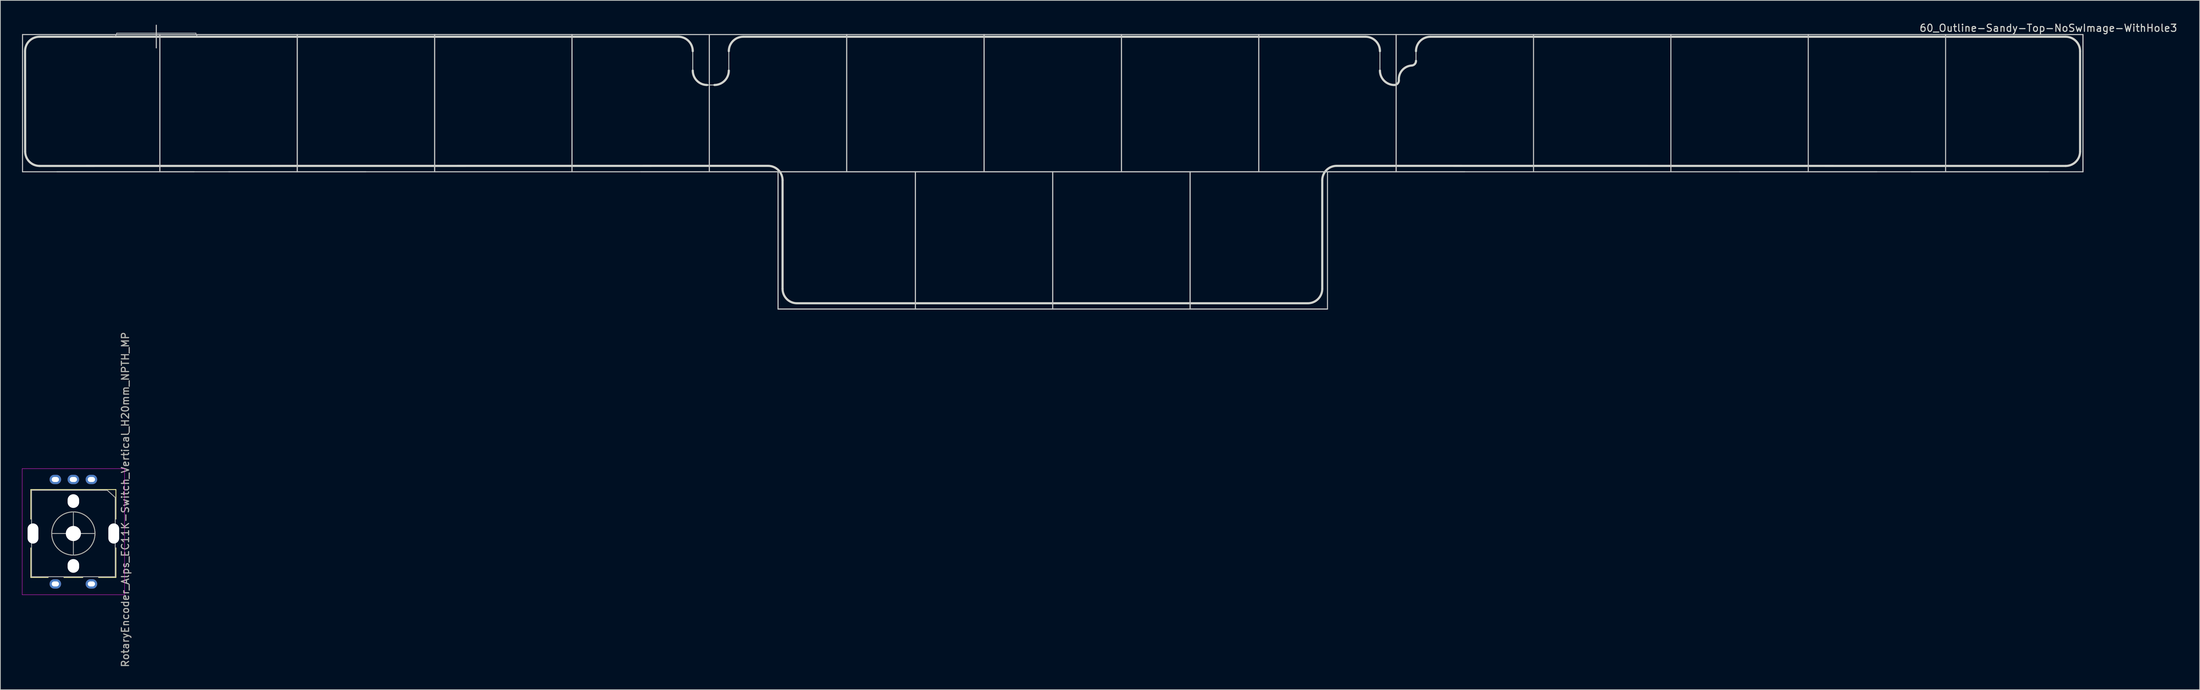
<source format=kicad_pcb>
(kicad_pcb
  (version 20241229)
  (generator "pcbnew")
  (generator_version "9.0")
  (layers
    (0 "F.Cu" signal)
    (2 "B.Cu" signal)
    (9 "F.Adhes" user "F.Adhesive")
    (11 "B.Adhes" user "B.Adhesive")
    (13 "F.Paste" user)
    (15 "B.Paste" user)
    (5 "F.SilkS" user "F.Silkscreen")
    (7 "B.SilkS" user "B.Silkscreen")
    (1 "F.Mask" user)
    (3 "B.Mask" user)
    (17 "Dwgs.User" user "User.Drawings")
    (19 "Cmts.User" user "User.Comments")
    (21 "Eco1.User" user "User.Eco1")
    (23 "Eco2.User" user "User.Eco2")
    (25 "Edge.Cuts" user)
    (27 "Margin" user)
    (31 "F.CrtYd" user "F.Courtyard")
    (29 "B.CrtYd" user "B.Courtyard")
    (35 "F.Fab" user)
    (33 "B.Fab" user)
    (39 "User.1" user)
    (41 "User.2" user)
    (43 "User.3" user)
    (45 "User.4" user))
  (footprint "60_Outline-Sandy-Top-NoSwImage-WithHole3"
    (layer "F.Cu")
    (at 142.95 20.798)
    (property "Reference" "60_Outline-Sandy-Top-NoSwImage-WithHole3" (at 138.075 -19.95 0) (layer "Edge.Cuts") (effects (font (size 1 1) (thickness 0.15))))
    (fp_line (start -142.875 -19.05) (end -123.825 -19.05) (stroke (width 0.15) (type solid)) (layer "Dwgs.User"))
    (fp_line (start -142.875 0) (end -142.875 -19.05) (stroke (width 0.15) (type solid)) (layer "Dwgs.User"))
    (fp_line (start -138.113 0) (end -119.062 0) (stroke (width 0.15) (type solid)) (layer "Dwgs.User"))
    (fp_line (start -129.825 -19.25) (end -118.825 -19.25) (stroke (width 0.1) (type solid)) (layer "Dwgs.User"))
    (fp_line (start -124.325 -20.35) (end -124.325 -17.2) (stroke (width 0.15) (type solid)) (layer "Dwgs.User"))
    (fp_line (start -123.825 -19.05) (end -123.825 0) (stroke (width 0.15) (type solid)) (layer "Dwgs.User"))
    (fp_line (start -123.825 -19.05) (end -104.775 -19.05) (stroke (width 0.15) (type solid)) (layer "Dwgs.User"))
    (fp_line (start -123.825 0) (end -142.875 0) (stroke (width 0.15) (type solid)) (layer "Dwgs.User"))
    (fp_line (start -123.825 0) (end -123.825 -19.05) (stroke (width 0.15) (type solid)) (layer "Dwgs.User"))
    (fp_line (start -114.3 0) (end -95.25 0) (stroke (width 0.15) (type solid)) (layer "Dwgs.User"))
    (fp_line (start -104.775 -19.05) (end -104.775 0) (stroke (width 0.15) (type solid)) (layer "Dwgs.User"))
    (fp_line (start -104.775 -19.05) (end -85.725 -19.05) (stroke (width 0.15) (type solid)) (layer "Dwgs.User"))
    (fp_line (start -104.775 0) (end -123.825 0) (stroke (width 0.15) (type solid)) (layer "Dwgs.User"))
    (fp_line (start -104.775 0) (end -104.775 -19.05) (stroke (width 0.15) (type solid)) (layer "Dwgs.User"))
    (fp_line (start -85.725 -19.05) (end -85.725 0) (stroke (width 0.15) (type solid)) (layer "Dwgs.User"))
    (fp_line (start -85.725 -19.05) (end -66.675 -19.05) (stroke (width 0.15) (type solid)) (layer "Dwgs.User"))
    (fp_line (start -85.725 0) (end -104.775 0) (stroke (width 0.15) (type solid)) (layer "Dwgs.User"))
    (fp_line (start -85.725 0) (end -85.725 -19.05) (stroke (width 0.15) (type solid)) (layer "Dwgs.User"))
    (fp_line (start -66.675 -19.05) (end -66.675 0) (stroke (width 0.15) (type solid)) (layer "Dwgs.User"))
    (fp_line (start -66.675 -19.05) (end -47.625 -19.05) (stroke (width 0.15) (type solid)) (layer "Dwgs.User"))
    (fp_line (start -66.675 0) (end -85.725 0) (stroke (width 0.15) (type solid)) (layer "Dwgs.User"))
    (fp_line (start -66.675 0) (end -66.675 -19.05) (stroke (width 0.15) (type solid)) (layer "Dwgs.User"))
    (fp_line (start -57.15 0) (end -38.1 0) (stroke (width 0.15) (type solid)) (layer "Dwgs.User"))
    (fp_line (start -47.625 -19.05) (end -47.625 0) (stroke (width 0.15) (type solid)) (layer "Dwgs.User"))
    (fp_line (start -47.625 -19.05) (end -28.575 -19.05) (stroke (width 0.15) (type solid)) (layer "Dwgs.User"))
    (fp_line (start -47.625 0) (end -66.675 0) (stroke (width 0.15) (type solid)) (layer "Dwgs.User"))
    (fp_line (start -47.625 0) (end -47.625 -19.05) (stroke (width 0.15) (type solid)) (layer "Dwgs.User"))
    (fp_line (start -38.1 0) (end -38.1 19.05) (stroke (width 0.15) (type solid)) (layer "Dwgs.User"))
    (fp_line (start -38.1 0) (end -19.05 0) (stroke (width 0.15) (type solid)) (layer "Dwgs.User"))
    (fp_line (start -38.1 19.05) (end -38.1 0) (stroke (width 0.15) (type solid)) (layer "Dwgs.User"))
    (fp_line (start -38.1 19.05) (end -19.05 19.05) (stroke (width 0.15) (type solid)) (layer "Dwgs.User"))
    (fp_line (start -28.575 -19.05) (end -28.575 0) (stroke (width 0.15) (type solid)) (layer "Dwgs.User"))
    (fp_line (start -28.575 -19.05) (end -9.525 -19.05) (stroke (width 0.15) (type solid)) (layer "Dwgs.User"))
    (fp_line (start -28.575 0) (end -47.625 0) (stroke (width 0.15) (type solid)) (layer "Dwgs.User"))
    (fp_line (start -28.575 0) (end -28.575 -19.05) (stroke (width 0.15) (type solid)) (layer "Dwgs.User"))
    (fp_line (start -19.05 0) (end -19.05 19.05) (stroke (width 0.15) (type solid)) (layer "Dwgs.User"))
    (fp_line (start -19.05 0) (end 0 0) (stroke (width 0.15) (type solid)) (layer "Dwgs.User"))
    (fp_line (start -19.05 19.05) (end -38.1 19.05) (stroke (width 0.15) (type solid)) (layer "Dwgs.User"))
    (fp_line (start -19.05 19.05) (end -19.05 0) (stroke (width 0.15) (type solid)) (layer "Dwgs.User"))
    (fp_line (start -19.05 19.05) (end 0 19.05) (stroke (width 0.15) (type solid)) (layer "Dwgs.User"))
    (fp_line (start -9.525 -19.05) (end -9.525 0) (stroke (width 0.15) (type solid)) (layer "Dwgs.User"))
    (fp_line (start -9.525 -19.05) (end 9.525 -19.05) (stroke (width 0.15) (type solid)) (layer "Dwgs.User"))
    (fp_line (start -9.525 0) (end -28.575 0) (stroke (width 0.15) (type solid)) (layer "Dwgs.User"))
    (fp_line (start -9.525 0) (end -9.525 -19.05) (stroke (width 0.15) (type solid)) (layer "Dwgs.User"))
    (fp_line (start 0 0) (end 0 19.05) (stroke (width 0.15) (type solid)) (layer "Dwgs.User"))
    (fp_line (start 0 0) (end 19.05 0) (stroke (width 0.15) (type solid)) (layer "Dwgs.User"))
    (fp_line (start 0 19.05) (end -19.05 19.05) (stroke (width 0.15) (type solid)) (layer "Dwgs.User"))
    (fp_line (start 0 19.05) (end 0 0) (stroke (width 0.15) (type solid)) (layer "Dwgs.User"))
    (fp_line (start 0 19.05) (end 19.05 19.05) (stroke (width 0.15) (type solid)) (layer "Dwgs.User"))
    (fp_line (start 9.525 -19.05) (end 9.525 0) (stroke (width 0.15) (type solid)) (layer "Dwgs.User"))
    (fp_line (start 9.525 -19.05) (end 28.575 -19.05) (stroke (width 0.15) (type solid)) (layer "Dwgs.User"))
    (fp_line (start 9.525 0) (end -9.525 0) (stroke (width 0.15) (type solid)) (layer "Dwgs.User"))
    (fp_line (start 9.525 0) (end 9.525 -19.05) (stroke (width 0.15) (type solid)) (layer "Dwgs.User"))
    (fp_line (start 19.05 0) (end 19.05 19.05) (stroke (width 0.15) (type solid)) (layer "Dwgs.User"))
    (fp_line (start 19.05 0) (end 38.1 0) (stroke (width 0.15) (type solid)) (layer "Dwgs.User"))
    (fp_line (start 19.05 19.05) (end 0 19.05) (stroke (width 0.15) (type solid)) (layer "Dwgs.User"))
    (fp_line (start 19.05 19.05) (end 19.05 0) (stroke (width 0.15) (type solid)) (layer "Dwgs.User"))
    (fp_line (start 19.05 19.05) (end 38.1 19.05) (stroke (width 0.15) (type solid)) (layer "Dwgs.User"))
    (fp_line (start 28.575 -19.05) (end 28.575 0) (stroke (width 0.15) (type solid)) (layer "Dwgs.User"))
    (fp_line (start 28.575 -19.05) (end 47.625 -19.05) (stroke (width 0.15) (type solid)) (layer "Dwgs.User"))
    (fp_line (start 28.575 0) (end 9.525 0) (stroke (width 0.15) (type solid)) (layer "Dwgs.User"))
    (fp_line (start 28.575 0) (end 28.575 -19.05) (stroke (width 0.15) (type solid)) (layer "Dwgs.User"))
    (fp_line (start 38.1 0) (end 38.1 19.05) (stroke (width 0.15) (type solid)) (layer "Dwgs.User"))
    (fp_line (start 38.1 0) (end 57.15 0) (stroke (width 0.15) (type solid)) (layer "Dwgs.User"))
    (fp_line (start 38.1 19.05) (end 19.05 19.05) (stroke (width 0.15) (type solid)) (layer "Dwgs.User"))
    (fp_line (start 47.625 -19.05) (end 47.625 0) (stroke (width 0.15) (type solid)) (layer "Dwgs.User"))
    (fp_line (start 47.625 -19.05) (end 66.675 -19.05) (stroke (width 0.15) (type solid)) (layer "Dwgs.User"))
    (fp_line (start 47.625 0) (end 28.575 0) (stroke (width 0.15) (type solid)) (layer "Dwgs.User"))
    (fp_line (start 47.625 0) (end 47.625 -19.05) (stroke (width 0.15) (type solid)) (layer "Dwgs.User"))
    (fp_line (start 66.675 -19.05) (end 66.675 0) (stroke (width 0.15) (type solid)) (layer "Dwgs.User"))
    (fp_line (start 66.675 -19.05) (end 85.725 -19.05) (stroke (width 0.15) (type solid)) (layer "Dwgs.User"))
    (fp_line (start 66.675 0) (end 47.625 0) (stroke (width 0.15) (type solid)) (layer "Dwgs.User"))
    (fp_line (start 85.725 -19.05) (end 104.775 -19.05) (stroke (width 0.15) (type solid)) (layer "Dwgs.User"))
    (fp_line (start 85.725 0) (end 66.675 0) (stroke (width 0.15) (type solid)) (layer "Dwgs.User"))
    (fp_line (start 85.725 0) (end 85.725 -19.05) (stroke (width 0.15) (type solid)) (layer "Dwgs.User"))
    (fp_line (start 95.25 0) (end 114.3 0) (stroke (width 0.15) (type solid)) (layer "Dwgs.User"))
    (fp_line (start 104.775 -19.05) (end 104.775 0) (stroke (width 0.15) (type solid)) (layer "Dwgs.User"))
    (fp_line (start 104.775 -19.05) (end 123.825 -19.05) (stroke (width 0.15) (type solid)) (layer "Dwgs.User"))
    (fp_line (start 104.775 0) (end 85.725 0) (stroke (width 0.15) (type solid)) (layer "Dwgs.User"))
    (fp_line (start 119.062 0) (end 138.113 0) (stroke (width 0.15) (type solid)) (layer "Dwgs.User"))
    (fp_line (start 123.825 -19.05) (end 123.825 0) (stroke (width 0.15) (type solid)) (layer "Dwgs.User"))
    (fp_line (start 123.825 -19.05) (end 142.875 -19.05) (stroke (width 0.15) (type solid)) (layer "Dwgs.User"))
    (fp_line (start 123.825 0) (end 104.775 0) (stroke (width 0.15) (type solid)) (layer "Dwgs.User"))
    (fp_line (start 142.875 -19.05) (end 142.875 0) (stroke (width 0.15) (type solid)) (layer "Dwgs.User"))
    (fp_line (start 142.875 -19.05) (end 142.875 0) (stroke (width 0.15) (type solid)) (layer "Dwgs.User"))
    (fp_line (start 142.875 0) (end 123.825 0) (stroke (width 0.15) (type solid)) (layer "Dwgs.User"))
    (fp_arc (start -129.825 -19.25004) (mid -129.971447 -18.896487) (end -130.325 -18.75004) (stroke (width 0.1) (type solid)) (layer "Dwgs.User"))
    (fp_arc (start -118.325 -18.75004) (mid -118.678553 -18.896487) (end -118.825 -19.25004) (stroke (width 0.1) (type solid)) (layer "Dwgs.User"))
    (fp_circle (center -47.625 -14.5) (end -45.425 -14.5) (stroke (width 0.15) (type solid)) (fill no) (layer "Eco1.User"))
    (fp_circle (center 47.625 -14.5) (end 49.825 -14.5) (stroke (width 0.15) (type solid)) (fill no) (layer "Eco1.User"))
    (fp_line (start -142.511 -2.814) (end -142.525 -16.75) (stroke (width 0.3) (type solid)) (layer "Edge.Cuts"))
    (fp_line (start -140.511 -0.814) (end -39.475 -0.825) (stroke (width 0.3) (type solid)) (layer "Edge.Cuts"))
    (fp_line (start -51.925 -18.75) (end -140.525 -18.75) (stroke (width 0.3) (type solid)) (layer "Edge.Cuts"))
    (fp_line (start -49.925 -14.05) (end -49.925 -16.75) (stroke (width 0.12) (type solid)) (layer "Edge.Cuts"))
    (fp_line (start -47.925 -12.05) (end -46.925 -12.05) (stroke (width 0.12) (type solid)) (layer "Edge.Cuts"))
    (fp_line (start -44.925 -16.75) (end -44.925 -14.05) (stroke (width 0.12) (type solid)) (layer "Edge.Cuts"))
    (fp_line (start -37.471 16.25) (end -37.471 1.175) (stroke (width 0.3) (type solid)) (layer "Edge.Cuts"))
    (fp_line (start -35.471 18.25) (end 35.375 18.25) (stroke (width 0.3) (type solid)) (layer "Edge.Cuts"))
    (fp_line (start 37.375 16.25) (end 37.375 1.175) (stroke (width 0.3) (type solid)) (layer "Edge.Cuts"))
    (fp_line (start 39.375 -0.825) (end 140.475 -0.814) (stroke (width 0.3) (type solid)) (layer "Edge.Cuts"))
    (fp_line (start 43.375 -18.75) (end -42.925 -18.75) (stroke (width 0.3) (type solid)) (layer "Edge.Cuts"))
    (fp_line (start 45.375 -14.05) (end 45.375 -16.75) (stroke (width 0.12) (type solid)) (layer "Edge.Cuts"))
    (fp_line (start 50.375 -16.75) (end 50.375 -15.4) (stroke (width 0.12) (type solid)) (layer "Edge.Cuts"))
    (fp_line (start 140.475 -18.75) (end 52.375 -18.75) (stroke (width 0.3) (type solid)) (layer "Edge.Cuts"))
    (fp_line (start 142.475 -2.814) (end 142.475 -16.75) (stroke (width 0.3) (type solid)) (layer "Edge.Cuts"))
    (fp_arc (start -142.525 -16.75004) (mid -141.939214 -18.164254) (end -140.525 -18.75004) (stroke (width 0.3) (type solid)) (layer "Edge.Cuts"))
    (fp_arc (start -140.510786 -0.814254) (mid -141.925 -1.40004) (end -142.510786 -2.814254) (stroke (width 0.3) (type solid)) (layer "Edge.Cuts"))
    (fp_arc (start -51.925001 -18.750041) (mid -50.510787 -18.164255) (end -49.925001 -16.750041) (stroke (width 0.3) (type solid)) (layer "Edge.Cuts"))
    (fp_arc (start -47.925001 -12.05004) (mid -49.339214 -12.635827) (end -49.925001 -14.05004) (stroke (width 0.3) (type solid)) (layer "Edge.Cuts"))
    (fp_arc (start -44.925 -16.75004) (mid -44.339214 -18.164254) (end -42.925 -18.75004) (stroke (width 0.3) (type solid)) (layer "Edge.Cuts"))
    (fp_arc (start -44.925 -14.05004) (mid -45.510786 -12.635826) (end -46.925 -12.05004) (stroke (width 0.3) (type solid)) (layer "Edge.Cuts"))
    (fp_arc (start -39.470786 -0.82504) (mid -38.056572 -0.239254) (end -37.470786 1.17496) (stroke (width 0.3) (type solid)) (layer "Edge.Cuts"))
    (fp_arc (start -35.470786 18.24996) (mid -36.885 17.664174) (end -37.470786 16.24996) (stroke (width 0.3) (type solid)) (layer "Edge.Cuts"))
    (fp_arc (start 37.375 1.17496) (mid 37.960786 -0.239254) (end 39.375 -0.82504) (stroke (width 0.3) (type solid)) (layer "Edge.Cuts"))
    (fp_arc (start 37.375 16.24996) (mid 36.789214 17.664174) (end 35.375 18.24996) (stroke (width 0.3) (type solid)) (layer "Edge.Cuts"))
    (fp_arc (start 43.375 -18.75004) (mid 44.789214 -18.164254) (end 45.375 -16.75004) (stroke (width 0.3) (type solid)) (layer "Edge.Cuts"))
    (fp_arc (start 47.375 -12.05004) (mid 45.960786 -12.635826) (end 45.375 -14.05004) (stroke (width 0.3) (type solid)) (layer "Edge.Cuts"))
    (fp_arc (start 48.000001 -12.700079) (mid 47.822128 -12.245618) (end 47.375 -12.05004) (stroke (width 0.3) (type solid)) (layer "Edge.Cuts"))
    (fp_arc (start 48.000001 -12.700079) (mid 48.450448 -14.087476) (end 49.75 -14.75) (stroke (width 0.3) (type solid)) (layer "Edge.Cuts"))
    (fp_arc (start 50.375001 -16.750039) (mid 50.960787 -18.164253) (end 52.375001 -18.750039) (stroke (width 0.3) (type solid)) (layer "Edge.Cuts"))
    (fp_arc (start 50.375001 -15.400039) (mid 50.197128 -14.945578) (end 49.75 -14.75) (stroke (width 0.3) (type solid)) (layer "Edge.Cuts"))
    (fp_arc (start 140.475 -18.75004) (mid 141.889214 -18.164254) (end 142.475 -16.75004) (stroke (width 0.3) (type solid)) (layer "Edge.Cuts"))
    (fp_arc (start 142.475 -2.814254) (mid 141.889183 -1.400096) (end 140.475 -0.814254) (stroke (width 0.3) (type solid)) (layer "Edge.Cuts")))
  (footprint "RotaryEncoder_Alps_EC11K-Switch_Vertical_H20mm_NPTH_MP"
    (layer "F.Cu")
    (at 7.125 71.01)
    (property "Reference" "RotaryEncoder_Alps_EC11K-Switch_Vertical_H20mm_NPTH_MP" (at 7.2 -4.7 270) (layer "F.SilkS") (effects (font (size 1 1) (thickness 0.15))))
    (attr through_hole)
    (fp_line (start -5.9 -2) (end -5.9 -6.1) (stroke (width 0.12) (type solid)) (layer "F.SilkS"))
    (fp_line (start -5.9 6.1) (end -5.9 2) (stroke (width 0.12) (type solid)) (layer "F.SilkS"))
    (fp_line (start -3.5 6.1) (end -5.9 6.1) (stroke (width 0.12) (type solid)) (layer "F.SilkS"))
    (fp_line (start 1.3 6.1) (end -1.3 6.1) (stroke (width 0.12) (type solid)) (layer "F.SilkS"))
    (fp_line (start 5.9 -6.1) (end -5.9 -6.1) (stroke (width 0.12) (type solid)) (layer "F.SilkS"))
    (fp_line (start 5.9 -2) (end 5.9 -6.1) (stroke (width 0.12) (type solid)) (layer "F.SilkS"))
    (fp_line (start 5.9 2) (end 5.9 6.1) (stroke (width 0.12) (type solid)) (layer "F.SilkS"))
    (fp_line (start 5.9 6.1) (end 3.5 6.1) (stroke (width 0.12) (type solid)) (layer "F.SilkS"))
    (fp_circle (center 0 0) (end 0 3) (stroke (width 0.12) (type solid)) (fill no) (layer "F.SilkS"))
    (fp_line (start -7.1 8.5) (end -7.1 -9) (stroke (width 0.05) (type solid)) (layer "F.CrtYd"))
    (fp_line (start -7.1 8.5) (end 7.1 8.5) (stroke (width 0.05) (type solid)) (layer "F.CrtYd"))
    (fp_line (start 7.1 -9) (end -7.1 -9) (stroke (width 0.05) (type solid)) (layer "F.CrtYd"))
    (fp_line (start 7.1 -9) (end 7.1 8.5) (stroke (width 0.05) (type solid)) (layer "F.CrtYd"))
    (fp_line (start -5.8 -6) (end 4.7 -6) (stroke (width 0.12) (type solid)) (layer "F.Fab"))
    (fp_line (start -5.8 6) (end -5.8 -6) (stroke (width 0.12) (type solid)) (layer "F.Fab"))
    (fp_line (start 0 -3) (end 0 3) (stroke (width 0.12) (type solid)) (layer "F.Fab"))
    (fp_line (start 3 0) (end -3 0) (stroke (width 0.12) (type solid)) (layer "F.Fab"))
    (fp_line (start 4.7 -6) (end 5.8 -5) (stroke (width 0.12) (type solid)) (layer "F.Fab"))
    (fp_line (start 5.8 -5) (end 5.8 6) (stroke (width 0.12) (type solid)) (layer "F.Fab"))
    (fp_line (start 5.8 6) (end -5.8 6) (stroke (width 0.12) (type solid)) (layer "F.Fab"))
    (fp_circle (center 0 0) (end 0 3) (stroke (width 0.12) (type solid)) (fill no) (layer "F.Fab"))
    (fp_text user "${REFERENCE}" (at 7.2 -4.7 270) (layer "F.Fab") (effects (font (size 1 1) (thickness 0.15))))
    (pad "" np_thru_hole oval (at -5.6 0 270) (size 2.8 1.5) (drill oval 2.8 1.5) (layers "*.Cu" "*.Mask"))
    (pad "" np_thru_hole oval (at 0 -4.5 270) (size 1.9 1.6) (drill oval 1.9 1.6) (layers "*.Cu" "*.Mask"))
    (pad "" np_thru_hole circle (at 0 0 270) (size 2.1 2.1) (drill 2.1) (layers "*.Cu" "*.Mask"))
    (pad "" np_thru_hole oval (at 0 4.5 270) (size 1.9 1.6) (drill oval 1.9 1.6) (layers "*.Cu" "*.Mask"))
    (pad "" np_thru_hole oval (at 5.6 0 270) (size 2.8 1.5) (drill oval 2.8 1.5) (layers "*.Cu" "*.Mask"))
    (pad "A" thru_hole oval (at 2.5 -7.5) (size 1.6 1.3) (drill oval 1 0.7) (layers "*.Cu" "*.Mask"))
    (pad "B" thru_hole oval (at -2.5 -7.5) (size 1.6 1.3) (drill oval 1 0.7) (layers "*.Cu" "*.Mask"))
    (pad "C" thru_hole oval (at 0 -7.5) (size 1.6 1.3) (drill oval 1 0.7) (layers "*.Cu" "*.Mask"))
    (pad "S1" thru_hole oval (at 2.5 7) (size 1.6 1.3) (drill oval 1 0.7) (layers "*.Cu" "*.Mask"))
    (pad "S2" thru_hole oval (at -2.5 7) (size 1.6 1.3) (drill oval 1 0.7) (layers "*.Cu" "*.Mask")))
  (gr_rect
    (start -3 -3)
    (end 302.007 92.697)
    (stroke (width 0.1) (type default))
    (fill no)
    (layer "Edge.Cuts")))
</source>
